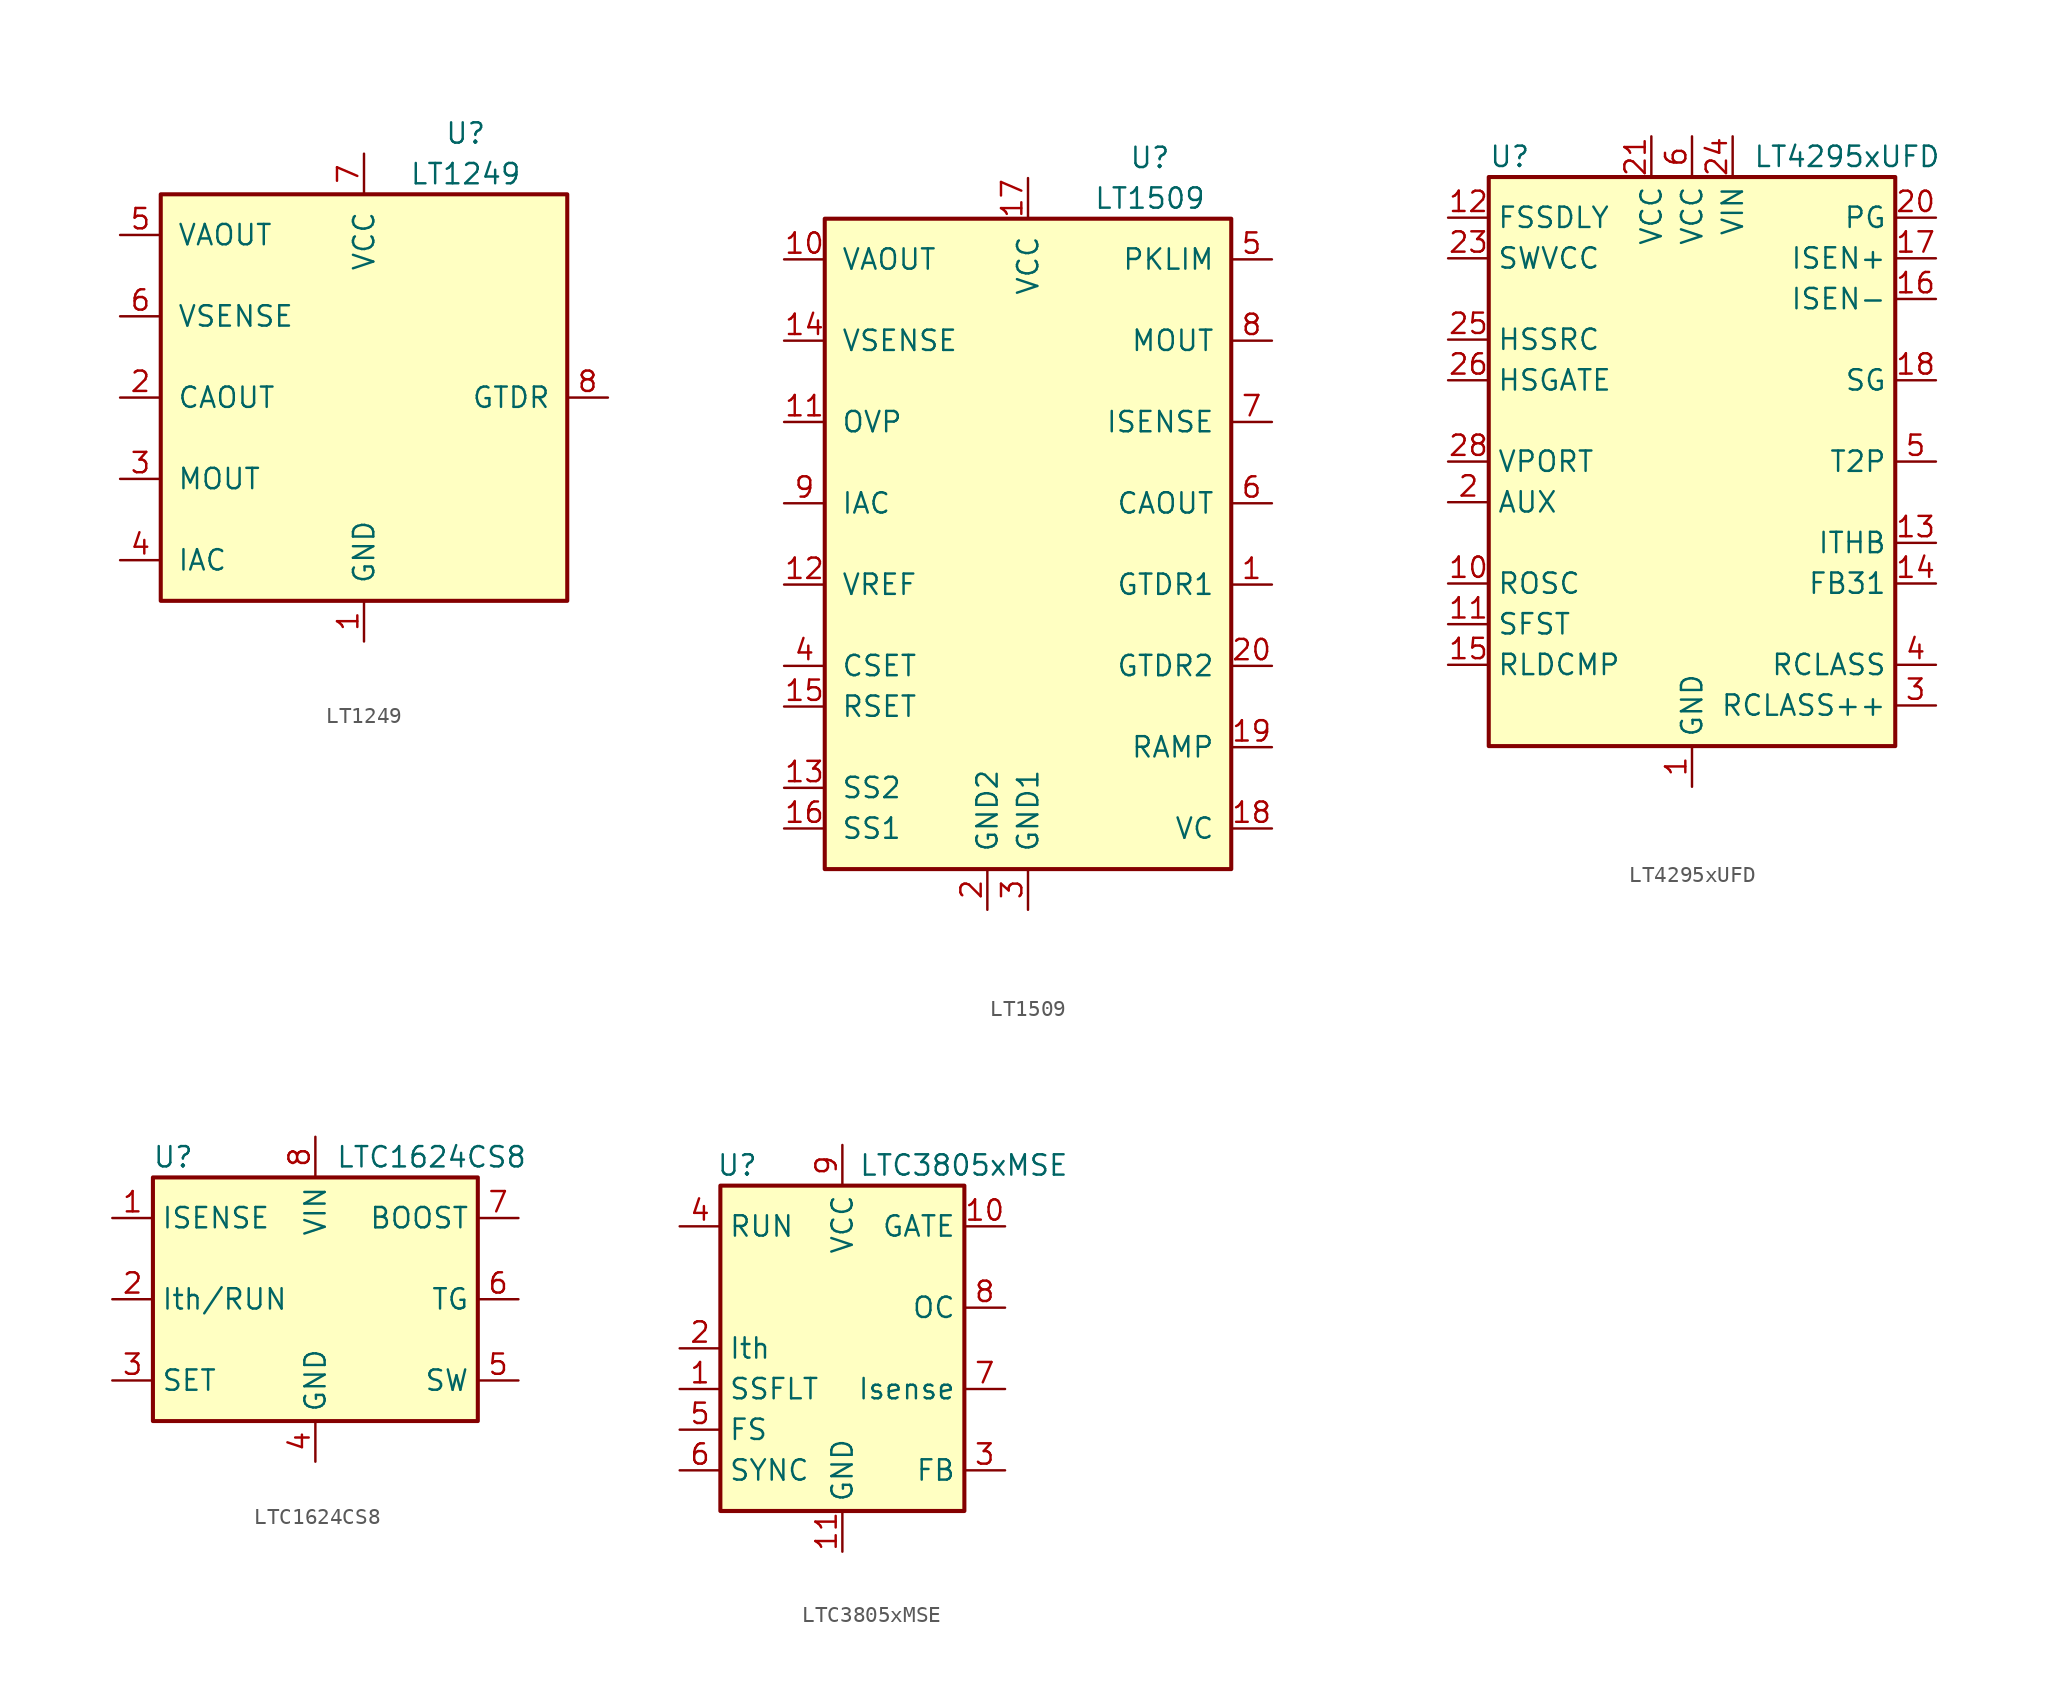
<source format=kicad_sym>
(kicad_symbol_lib
  (version 20201005)
  (generator kicad_symbol_editor)
  (symbol "Regulator_Controller:LT1249"
    (pin_names
      (offset 1.016))
    (property "Reference" "U"
      (at 6.35 16.51 0)
      (effects (font (size 1.27 1.27))))
    (property "Value" "LT1249"
      (at 6.35 13.97 0)
      (effects (font (size 1.27 1.27))))
    (symbol "LT1249_0_1"
      (rectangle (start -12.7 12.7) (end 12.7 -12.7) (stroke (width 0.254)) (fill (type background))))
    (symbol "LT1249_1_1"
      (pin power_in line (at 0 -15.24 90) (length 2.54) (name "GND" (effects (font (size 1.27 1.27)))) (number "1" (effects (font (size 1.27 1.27)))))
      (pin output line (at -15.24 0 0) (length 2.54) (name "CAOUT" (effects (font (size 1.27 1.27)))) (number "2" (effects (font (size 1.27 1.27)))))
      (pin input line (at -15.24 -5.08 0) (length 2.54) (name "MOUT" (effects (font (size 1.27 1.27)))) (number "3" (effects (font (size 1.27 1.27)))))
      (pin input line (at -15.24 -10.16 0) (length 2.54) (name "IAC" (effects (font (size 1.27 1.27)))) (number "4" (effects (font (size 1.27 1.27)))))
      (pin output line (at -15.24 10.16 0) (length 2.54) (name "VAOUT" (effects (font (size 1.27 1.27)))) (number "5" (effects (font (size 1.27 1.27)))))
      (pin input line (at -15.24 5.08 0) (length 2.54) (name "VSENSE" (effects (font (size 1.27 1.27)))) (number "6" (effects (font (size 1.27 1.27)))))
      (pin power_in line (at 0 15.24 270) (length 2.54) (name "VCC" (effects (font (size 1.27 1.27)))) (number "7" (effects (font (size 1.27 1.27)))))
      (pin output line (at 15.24 0 180) (length 2.54) (name "GTDR" (effects (font (size 1.27 1.27)))) (number "8" (effects (font (size 1.27 1.27)))))))
  (symbol "Regulator_Controller:LT1509"
    (pin_names
      (offset 1.016))
    (property "Reference" "U"
      (at 7.62 24.13 0)
      (effects (font (size 1.27 1.27))))
    (property "Value" "LT1509"
      (at 7.62 21.59 0)
      (effects (font (size 1.27 1.27))))
    (symbol "LT1509_0_1"
      (rectangle (start -12.7 20.32) (end 12.7 -20.32) (stroke (width 0.254)) (fill (type background))))
    (symbol "LT1509_1_1"
      (pin output line (at 15.24 -2.54 180) (length 2.54) (name "GTDR1" (effects (font (size 1.27 1.27)))) (number "1" (effects (font (size 1.27 1.27)))))
      (pin output line (at -15.24 17.78 0) (length 2.54) (name "VAOUT" (effects (font (size 1.27 1.27)))) (number "10" (effects (font (size 1.27 1.27)))))
      (pin input line (at -15.24 7.62 0) (length 2.54) (name "OVP" (effects (font (size 1.27 1.27)))) (number "11" (effects (font (size 1.27 1.27)))))
      (pin power_out line (at -15.24 -2.54 0) (length 2.54) (name "VREF" (effects (font (size 1.27 1.27)))) (number "12" (effects (font (size 1.27 1.27)))))
      (pin passive line (at -15.24 -15.24 0) (length 2.54) (name "SS2" (effects (font (size 1.27 1.27)))) (number "13" (effects (font (size 1.27 1.27)))))
      (pin input line (at -15.24 12.7 0) (length 2.54) (name "VSENSE" (effects (font (size 1.27 1.27)))) (number "14" (effects (font (size 1.27 1.27)))))
      (pin passive line (at -15.24 -10.16 0) (length 2.54) (name "RSET" (effects (font (size 1.27 1.27)))) (number "15" (effects (font (size 1.27 1.27)))))
      (pin passive line (at -15.24 -17.78 0) (length 2.54) (name "SS1" (effects (font (size 1.27 1.27)))) (number "16" (effects (font (size 1.27 1.27)))))
      (pin power_in line (at 0 22.86 270) (length 2.54) (name "VCC" (effects (font (size 1.27 1.27)))) (number "17" (effects (font (size 1.27 1.27)))))
      (pin input line (at 15.24 -17.78 180) (length 2.54) (name "VC" (effects (font (size 1.27 1.27)))) (number "18" (effects (font (size 1.27 1.27)))))
      (pin input line (at 15.24 -12.7 180) (length 2.54) (name "RAMP" (effects (font (size 1.27 1.27)))) (number "19" (effects (font (size 1.27 1.27)))))
      (pin power_in line (at -2.54 -22.86 90) (length 2.54) (name "GND2" (effects (font (size 1.27 1.27)))) (number "2" (effects (font (size 1.27 1.27)))))
      (pin output line (at 15.24 -7.62 180) (length 2.54) (name "GTDR2" (effects (font (size 1.27 1.27)))) (number "20" (effects (font (size 1.27 1.27)))))
      (pin power_in line (at 0 -22.86 90) (length 2.54) (name "GND1" (effects (font (size 1.27 1.27)))) (number "3" (effects (font (size 1.27 1.27)))))
      (pin passive line (at -15.24 -7.62 0) (length 2.54) (name "CSET" (effects (font (size 1.27 1.27)))) (number "4" (effects (font (size 1.27 1.27)))))
      (pin input line (at 15.24 17.78 180) (length 2.54) (name "PKLIM" (effects (font (size 1.27 1.27)))) (number "5" (effects (font (size 1.27 1.27)))))
      (pin output line (at 15.24 2.54 180) (length 2.54) (name "CAOUT" (effects (font (size 1.27 1.27)))) (number "6" (effects (font (size 1.27 1.27)))))
      (pin input line (at 15.24 7.62 180) (length 2.54) (name "ISENSE" (effects (font (size 1.27 1.27)))) (number "7" (effects (font (size 1.27 1.27)))))
      (pin input line (at 15.24 12.7 180) (length 2.54) (name "MOUT" (effects (font (size 1.27 1.27)))) (number "8" (effects (font (size 1.27 1.27)))))
      (pin input line (at -15.24 2.54 0) (length 2.54) (name "IAC" (effects (font (size 1.27 1.27)))) (number "9" (effects (font (size 1.27 1.27)))))))
  (symbol "Regulator_Controller:LT4295xUFD"
    (property "Reference" "U"
      (at -12.7 19.05 0)
      (effects (font (size 1.27 1.27)) (justify left)))
    (property "Value" "LT4295xUFD"
      (at 3.81 19.05 0)
      (effects (font (size 1.27 1.27)) (justify left)))
    (symbol "LT4295xUFD_0_1"
      (rectangle (start -12.7 17.78) (end 12.7 -17.78) (stroke (width 0.254)) (fill (type background))))
    (symbol "LT4295xUFD_1_1"
      (pin power_in line (at 0 -20.32 90) (length 2.54) (name "GND" (effects (font (size 1.27 1.27)))) (number "1" (effects (font (size 1.27 1.27)))))
      (pin passive line (at -15.24 -7.62 0) (length 2.54) (name "ROSC" (effects (font (size 1.27 1.27)))) (number "10" (effects (font (size 1.27 1.27)))))
      (pin passive line (at -15.24 -10.16 0) (length 2.54) (name "SFST" (effects (font (size 1.27 1.27)))) (number "11" (effects (font (size 1.27 1.27)))))
      (pin input line (at -15.24 15.24 0) (length 2.54) (name "FSSDLY" (effects (font (size 1.27 1.27)))) (number "12" (effects (font (size 1.27 1.27)))))
      (pin input line (at 15.24 -5.08 180) (length 2.54) (name "ITHB" (effects (font (size 1.27 1.27)))) (number "13" (effects (font (size 1.27 1.27)))))
      (pin passive line (at 15.24 -7.62 180) (length 2.54) (name "FB31" (effects (font (size 1.27 1.27)))) (number "14" (effects (font (size 1.27 1.27)))))
      (pin passive line (at -15.24 -12.7 0) (length 2.54) (name "RLDCMP" (effects (font (size 1.27 1.27)))) (number "15" (effects (font (size 1.27 1.27)))))
      (pin passive line (at 15.24 10.16 180) (length 2.54) (name "ISEN-" (effects (font (size 1.27 1.27)))) (number "16" (effects (font (size 1.27 1.27)))))
      (pin passive line (at 15.24 12.7 180) (length 2.54) (name "ISEN+" (effects (font (size 1.27 1.27)))) (number "17" (effects (font (size 1.27 1.27)))))
      (pin output line (at 15.24 5.08 180) (length 2.54) (name "SG" (effects (font (size 1.27 1.27)))) (number "18" (effects (font (size 1.27 1.27)))))
      (pin passive line (at 0 -20.32 90) (length 2.54) hide (name "GND" (effects (font (size 1.27 1.27)))) (number "19" (effects (font (size 1.27 1.27)))))
      (pin input line (at -15.24 -2.54 0) (length 2.54) (name "AUX" (effects (font (size 1.27 1.27)))) (number "2" (effects (font (size 1.27 1.27)))))
      (pin output line (at 15.24 15.24 180) (length 2.54) (name "PG" (effects (font (size 1.27 1.27)))) (number "20" (effects (font (size 1.27 1.27)))))
      (pin power_in line (at -2.54 20.32 270) (length 2.54) (name "VCC" (effects (font (size 1.27 1.27)))) (number "21" (effects (font (size 1.27 1.27)))))
      (pin no_connect line (at -12.7 -15.24 0) (length 2.54) hide (name "DNC" (effects (font (size 1.27 1.27)))) (number "22" (effects (font (size 1.27 1.27)))))
      (pin output line (at -15.24 12.7 0) (length 2.54) (name "SWVCC" (effects (font (size 1.27 1.27)))) (number "23" (effects (font (size 1.27 1.27)))))
      (pin power_in line (at 2.54 20.32 270) (length 2.54) (name "VIN" (effects (font (size 1.27 1.27)))) (number "24" (effects (font (size 1.27 1.27)))))
      (pin input line (at -15.24 7.62 0) (length 2.54) (name "HSSRC" (effects (font (size 1.27 1.27)))) (number "25" (effects (font (size 1.27 1.27)))))
      (pin output line (at -15.24 5.08 0) (length 2.54) (name "HSGATE" (effects (font (size 1.27 1.27)))) (number "26" (effects (font (size 1.27 1.27)))))
      (pin no_connect line (at -12.7 -17.78 0) (length 2.54) hide (name "NC" (effects (font (size 1.27 1.27)))) (number "27" (effects (font (size 1.27 1.27)))))
      (pin input line (at -15.24 0 0) (length 2.54) (name "VPORT" (effects (font (size 1.27 1.27)))) (number "28" (effects (font (size 1.27 1.27)))))
      (pin passive line (at 0 -20.32 90) (length 2.54) hide (name "GND" (effects (font (size 1.27 1.27)))) (number "29" (effects (font (size 1.27 1.27)))))
      (pin passive line (at 15.24 -15.24 180) (length 2.54) (name "RCLASS++" (effects (font (size 1.27 1.27)))) (number "3" (effects (font (size 1.27 1.27)))))
      (pin passive line (at 15.24 -12.7 180) (length 2.54) (name "RCLASS" (effects (font (size 1.27 1.27)))) (number "4" (effects (font (size 1.27 1.27)))))
      (pin open_collector line (at 15.24 0 180) (length 2.54) (name "T2P" (effects (font (size 1.27 1.27)))) (number "5" (effects (font (size 1.27 1.27)))))
      (pin power_in line (at 0 20.32 270) (length 2.54) (name "VCC" (effects (font (size 1.27 1.27)))) (number "6" (effects (font (size 1.27 1.27)))))
      (pin passive line (at 0 20.32 270) (length 2.54) hide (name "VCC" (effects (font (size 1.27 1.27)))) (number "7" (effects (font (size 1.27 1.27)))))
      (pin passive line (at 0 20.32 270) (length 2.54) hide (name "VCC" (effects (font (size 1.27 1.27)))) (number "8" (effects (font (size 1.27 1.27)))))
      (pin passive line (at 0 20.32 270) (length 2.54) hide (name "VCC" (effects (font (size 1.27 1.27)))) (number "9" (effects (font (size 1.27 1.27)))))))
  (symbol "Regulator_Controller:LTC1624CS8"
    (property "Reference" "U"
      (at -8.89 8.89 0)
      (effects (font (size 1.27 1.27))))
    (property "Value" "LTC1624CS8"
      (at 1.27 8.89 0)
      (effects (font (size 1.27 1.27)) (justify left)))
    (symbol "LTC1624CS8_0_1"
      (rectangle (start -10.16 -7.62) (end 10.16 7.62) (stroke (width 0.254)) (fill (type background))))
    (symbol "LTC1624CS8_1_1"
      (pin input line (at -12.7 5.08 0) (length 2.54) (name "ISENSE" (effects (font (size 1.27 1.27)))) (number "1" (effects (font (size 1.27 1.27)))))
      (pin input line (at -12.7 0 0) (length 2.54) (name "Ith/RUN" (effects (font (size 1.27 1.27)))) (number "2" (effects (font (size 1.27 1.27)))))
      (pin input line (at -12.7 -5.08 0) (length 2.54) (name "SET" (effects (font (size 1.27 1.27)))) (number "3" (effects (font (size 1.27 1.27)))))
      (pin power_in line (at 0 -10.16 90) (length 2.54) (name "GND" (effects (font (size 1.27 1.27)))) (number "4" (effects (font (size 1.27 1.27)))))
      (pin input line (at 12.7 -5.08 180) (length 2.54) (name "SW" (effects (font (size 1.27 1.27)))) (number "5" (effects (font (size 1.27 1.27)))))
      (pin open_collector line (at 12.7 0 180) (length 2.54) (name "TG" (effects (font (size 1.27 1.27)))) (number "6" (effects (font (size 1.27 1.27)))))
      (pin output line (at 12.7 5.08 180) (length 2.54) (name "BOOST" (effects (font (size 1.27 1.27)))) (number "7" (effects (font (size 1.27 1.27)))))
      (pin power_in line (at 0 10.16 270) (length 2.54) (name "VIN" (effects (font (size 1.27 1.27)))) (number "8" (effects (font (size 1.27 1.27)))))))
  (symbol "Regulator_Controller:LTC3805xMSE"
    (property "Reference" "U"
      (at -7.874 11.43 0)
      (effects (font (size 1.27 1.27)) (justify left)))
    (property "Value" "LTC3805xMSE"
      (at 1.016 11.43 0)
      (effects (font (size 1.27 1.27)) (justify left)))
    (symbol "LTC3805xMSE_0_1"
      (rectangle (start -7.62 10.16) (end 7.62 -10.16) (stroke (width 0.254)) (fill (type background))))
    (symbol "LTC3805xMSE_1_1"
      (pin passive line (at -10.16 -2.54 0) (length 2.54) (name "SSFLT" (effects (font (size 1.27 1.27)))) (number "1" (effects (font (size 1.27 1.27)))))
      (pin output line (at 10.16 7.62 180) (length 2.54) (name "GATE" (effects (font (size 1.27 1.27)))) (number "10" (effects (font (size 1.27 1.27)))))
      (pin power_in line (at 0 -12.7 90) (length 2.54) (name "GND" (effects (font (size 1.27 1.27)))) (number "11" (effects (font (size 1.27 1.27)))))
      (pin passive line (at -10.16 0 0) (length 2.54) (name "Ith" (effects (font (size 1.27 1.27)))) (number "2" (effects (font (size 1.27 1.27)))))
      (pin input line (at 10.16 -7.62 180) (length 2.54) (name "FB" (effects (font (size 1.27 1.27)))) (number "3" (effects (font (size 1.27 1.27)))))
      (pin input line (at -10.16 7.62 0) (length 2.54) (name "RUN" (effects (font (size 1.27 1.27)))) (number "4" (effects (font (size 1.27 1.27)))))
      (pin passive line (at -10.16 -5.08 0) (length 2.54) (name "FS" (effects (font (size 1.27 1.27)))) (number "5" (effects (font (size 1.27 1.27)))))
      (pin input line (at -10.16 -7.62 0) (length 2.54) (name "SYNC" (effects (font (size 1.27 1.27)))) (number "6" (effects (font (size 1.27 1.27)))))
      (pin input line (at 10.16 -2.54 180) (length 2.54) (name "Isense" (effects (font (size 1.27 1.27)))) (number "7" (effects (font (size 1.27 1.27)))))
      (pin input line (at 10.16 2.54 180) (length 2.54) (name "OC" (effects (font (size 1.27 1.27)))) (number "8" (effects (font (size 1.27 1.27)))))
      (pin power_in line (at 0 12.7 270) (length 2.54) (name "VCC" (effects (font (size 1.27 1.27)))) (number "9" (effects (font (size 1.27 1.27))))))))
</source>
